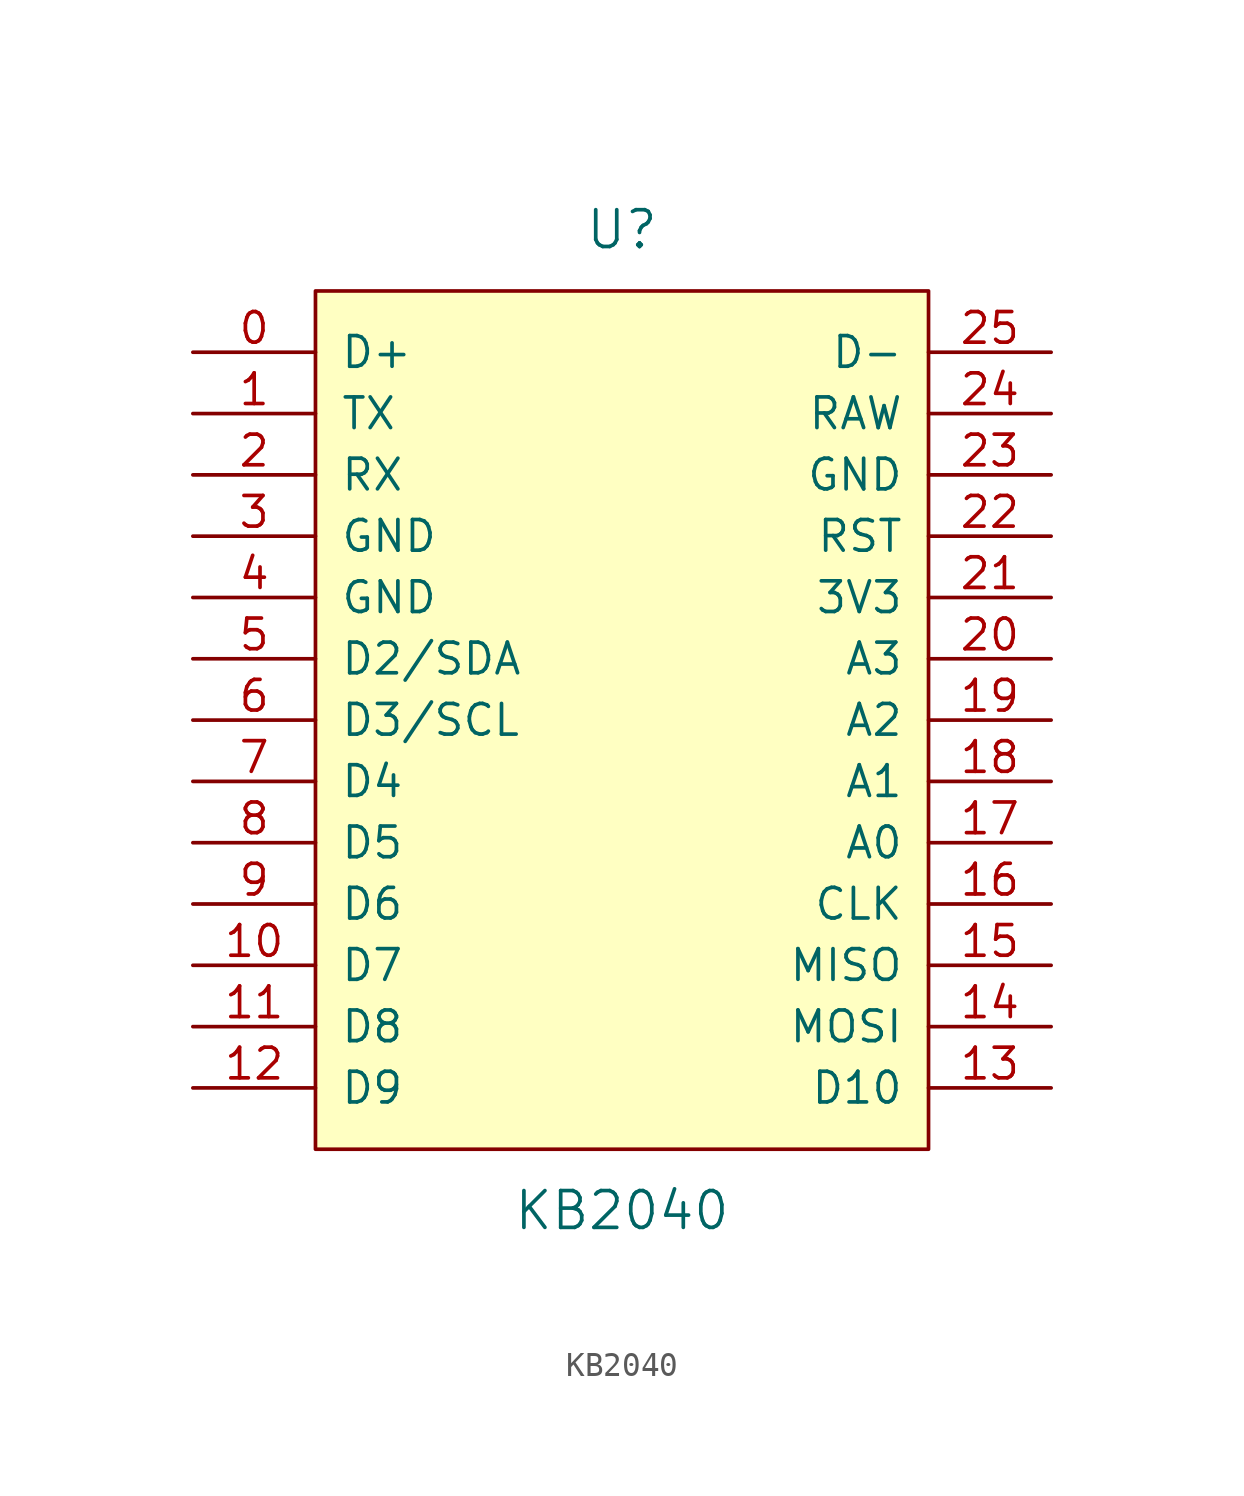
<source format=kicad_sym>
(kicad_symbol_lib
  (version 20231120)
  (generator "kicad_symbol_editor")
  (generator_version "8.0")
  (symbol "KB2040"
    (pin_names
      (offset 1.016))
    (property "Reference" "U"
      (at 0 20.32 0)
      (effects (font (size 1.524 1.524))))
    (property "Value" "KB2040"
      (at 0 -20.32 0)
      (effects (font (size 1.524 1.524))))
    (symbol "KB2040_0_1"
      (rectangle (start -12.7 17.78) (end 12.7 -17.78) (stroke (width 0) (type default)) (fill (type background))))
    (symbol "KB2040_1_1"
      (pin bidirectional line (at -17.78 15.24 0) (length 5.08) (name "D+" (effects (font (size 1.27 1.27)))) (number "0" (effects (font (size 1.27 1.27)))))
      (pin bidirectional line (at -17.78 12.7 0) (length 5.08) (name "TX" (effects (font (size 1.27 1.27)))) (number "1" (effects (font (size 1.27 1.27)))))
      (pin bidirectional line (at -17.78 -10.16 0) (length 5.08) (name "D7" (effects (font (size 1.27 1.27)))) (number "10" (effects (font (size 1.27 1.27)))))
      (pin bidirectional line (at -17.78 -12.7 0) (length 5.08) (name "D8" (effects (font (size 1.27 1.27)))) (number "11" (effects (font (size 1.27 1.27)))))
      (pin bidirectional line (at -17.78 -15.24 0) (length 5.08) (name "D9" (effects (font (size 1.27 1.27)))) (number "12" (effects (font (size 1.27 1.27)))))
      (pin bidirectional line (at 17.78 -15.24 180) (length 5.08) (name "D10" (effects (font (size 1.27 1.27)))) (number "13" (effects (font (size 1.27 1.27)))))
      (pin bidirectional line (at 17.78 -12.7 180) (length 5.08) (name "MOSI" (effects (font (size 1.27 1.27)))) (number "14" (effects (font (size 1.27 1.27)))))
      (pin bidirectional line (at 17.78 -10.16 180) (length 5.08) (name "MISO" (effects (font (size 1.27 1.27)))) (number "15" (effects (font (size 1.27 1.27)))))
      (pin bidirectional line (at 17.78 -7.62 180) (length 5.08) (name "CLK" (effects (font (size 1.27 1.27)))) (number "16" (effects (font (size 1.27 1.27)))))
      (pin bidirectional line (at 17.78 -5.08 180) (length 5.08) (name "A0" (effects (font (size 1.27 1.27)))) (number "17" (effects (font (size 1.27 1.27)))))
      (pin bidirectional line (at 17.78 -2.54 180) (length 5.08) (name "A1" (effects (font (size 1.27 1.27)))) (number "18" (effects (font (size 1.27 1.27)))))
      (pin bidirectional line (at 17.78 0 180) (length 5.08) (name "A2" (effects (font (size 1.27 1.27)))) (number "19" (effects (font (size 1.27 1.27)))))
      (pin bidirectional line (at -17.78 10.16 0) (length 5.08) (name "RX" (effects (font (size 1.27 1.27)))) (number "2" (effects (font (size 1.27 1.27)))))
      (pin bidirectional line (at 17.78 2.54 180) (length 5.08) (name "A3" (effects (font (size 1.27 1.27)))) (number "20" (effects (font (size 1.27 1.27)))))
      (pin power_in line (at 17.78 5.08 180) (length 5.08) (name "3V3" (effects (font (size 1.27 1.27)))) (number "21" (effects (font (size 1.27 1.27)))))
      (pin input line (at 17.78 7.62 180) (length 5.08) (name "RST" (effects (font (size 1.27 1.27)))) (number "22" (effects (font (size 1.27 1.27)))))
      (pin power_in line (at 17.78 10.16 180) (length 5.08) (name "GND" (effects (font (size 1.27 1.27)))) (number "23" (effects (font (size 1.27 1.27)))))
      (pin power_out line (at 17.78 12.7 180) (length 5.08) (name "RAW" (effects (font (size 1.27 1.27)))) (number "24" (effects (font (size 1.27 1.27)))))
      (pin bidirectional line (at 17.78 15.24 180) (length 5.08) (name "D-" (effects (font (size 1.27 1.27)))) (number "25" (effects (font (size 1.27 1.27)))))
      (pin power_in line (at -17.78 7.62 0) (length 5.08) (name "GND" (effects (font (size 1.27 1.27)))) (number "3" (effects (font (size 1.27 1.27)))))
      (pin power_in line (at -17.78 5.08 0) (length 5.08) (name "GND" (effects (font (size 1.27 1.27)))) (number "4" (effects (font (size 1.27 1.27)))))
      (pin bidirectional line (at -17.78 2.54 0) (length 5.08) (name "D2/SDA" (effects (font (size 1.27 1.27)))) (number "5" (effects (font (size 1.27 1.27)))))
      (pin bidirectional line (at -17.78 0 0) (length 5.08) (name "D3/SCL" (effects (font (size 1.27 1.27)))) (number "6" (effects (font (size 1.27 1.27)))))
      (pin bidirectional line (at -17.78 -2.54 0) (length 5.08) (name "D4" (effects (font (size 1.27 1.27)))) (number "7" (effects (font (size 1.27 1.27)))))
      (pin bidirectional line (at -17.78 -5.08 0) (length 5.08) (name "D5" (effects (font (size 1.27 1.27)))) (number "8" (effects (font (size 1.27 1.27)))))
      (pin bidirectional line (at -17.78 -7.62 0) (length 5.08) (name "D6" (effects (font (size 1.27 1.27)))) (number "9" (effects (font (size 1.27 1.27))))))))
</source>
